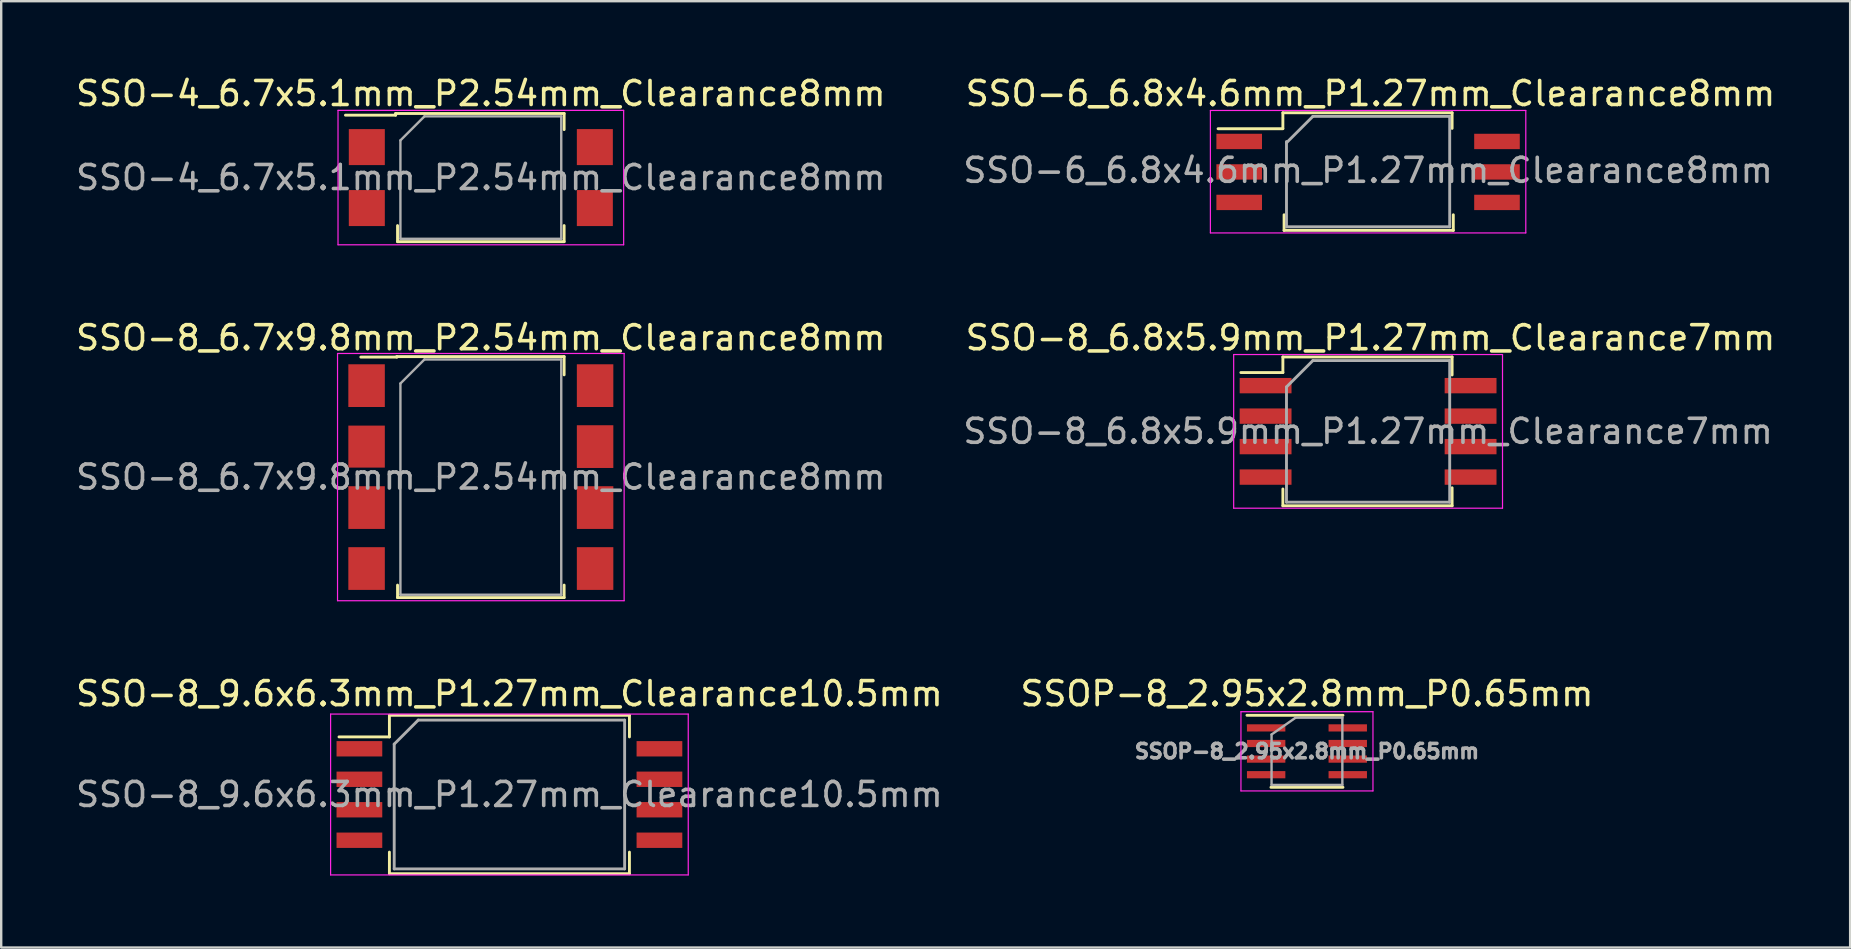
<source format=kicad_pcb>
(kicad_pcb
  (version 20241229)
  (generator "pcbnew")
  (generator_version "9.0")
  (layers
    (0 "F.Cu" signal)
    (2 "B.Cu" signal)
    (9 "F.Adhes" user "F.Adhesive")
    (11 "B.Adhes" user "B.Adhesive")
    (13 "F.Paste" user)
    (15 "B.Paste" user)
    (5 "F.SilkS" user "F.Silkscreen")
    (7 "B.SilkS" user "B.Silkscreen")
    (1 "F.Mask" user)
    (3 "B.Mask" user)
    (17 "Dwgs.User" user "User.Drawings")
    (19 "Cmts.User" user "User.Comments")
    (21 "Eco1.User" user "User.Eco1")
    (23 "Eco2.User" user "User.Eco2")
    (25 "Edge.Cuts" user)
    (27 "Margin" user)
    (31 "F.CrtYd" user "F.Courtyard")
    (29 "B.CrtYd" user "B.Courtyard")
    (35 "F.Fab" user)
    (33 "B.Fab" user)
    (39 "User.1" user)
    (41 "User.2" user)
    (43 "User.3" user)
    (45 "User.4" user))
  (footprint "SSO-4_6.7x5.1mm_P2.54mm_Clearance8mm"
    (layer "F.Cu")
    (at 16.982 4.348)
    (property "Reference" "SSO-4_6.7x5.1mm_P2.54mm_Clearance8mm" (at 0 -3.5 0) (layer "F.SilkS") (effects (font (size 1 1) (thickness 0.15))))
    (attr smd)
    (fp_line (start -3.55 -2.6) (end -5.64 -2.6) (stroke (width 0.12) (type solid)) (layer "F.SilkS"))
    (fp_line (start -3.55 -2.6) (end -3.55 -2.67) (stroke (width 0.12) (type solid)) (layer "F.SilkS"))
    (fp_line (start -3.47 2) (end -3.47 2.67) (stroke (width 0.12) (type solid)) (layer "F.SilkS"))
    (fp_line (start -3.47 2.67) (end 3.47 2.67) (stroke (width 0.12) (type solid)) (layer "F.SilkS"))
    (fp_line (start 3.47 -2.67) (end -3.55 -2.67) (stroke (width 0.12) (type solid)) (layer "F.SilkS"))
    (fp_line (start 3.47 -2.67) (end 3.47 -2) (stroke (width 0.12) (type solid)) (layer "F.SilkS"))
    (fp_line (start 3.47 2) (end 3.47 2.67) (stroke (width 0.12) (type solid)) (layer "F.SilkS"))
    (fp_line (start -5.95 -2.8) (end -5.95 2.8) (stroke (width 0.05) (type solid)) (layer "F.CrtYd"))
    (fp_line (start -5.95 -2.8) (end 5.95 -2.8) (stroke (width 0.05) (type solid)) (layer "F.CrtYd"))
    (fp_line (start 5.95 2.8) (end -5.95 2.8) (stroke (width 0.05) (type solid)) (layer "F.CrtYd"))
    (fp_line (start 5.95 2.8) (end 5.95 -2.8) (stroke (width 0.05) (type solid)) (layer "F.CrtYd"))
    (fp_line (start -3.35 2.55) (end -3.35 -1.55) (stroke (width 0.1) (type solid)) (layer "F.Fab"))
    (fp_line (start -2.35 -2.55) (end -3.35 -1.55) (stroke (width 0.1) (type solid)) (layer "F.Fab"))
    (fp_line (start 3.35 -2.55) (end -2.35 -2.55) (stroke (width 0.1) (type solid)) (layer "F.Fab"))
    (fp_line (start 3.35 -2.55) (end 3.35 2.55) (stroke (width 0.1) (type solid)) (layer "F.Fab"))
    (fp_line (start 3.35 2.55) (end -3.35 2.55) (stroke (width 0.1) (type solid)) (layer "F.Fab"))
    (fp_text user "${REFERENCE}" (at 0 0 0) (layer "F.Fab") (effects (font (size 1 1) (thickness 0.15))))
    (pad "1" smd rect (at -4.75 -1.27) (size 1.5 1.5) (layers "F.Cu" "F.Mask" "F.Paste"))
    (pad "2" smd rect (at -4.75 1.27) (size 1.5 1.5) (layers "F.Cu" "F.Mask" "F.Paste"))
    (pad "3" smd rect (at 4.75 1.27) (size 1.5 1.5) (layers "F.Cu" "F.Mask" "F.Paste"))
    (pad "4" smd rect (at 4.75 -1.27) (size 1.5 1.5) (layers "F.Cu" "F.Mask" "F.Paste")))
  (footprint "SSO-8_6.7x9.8mm_P2.54mm_Clearance8mm"
    (layer "F.Cu")
    (at 16.982 16.826)
    (property "Reference" "SSO-8_6.7x9.8mm_P2.54mm_Clearance8mm" (at 0 -5.805 0) (layer "F.SilkS") (effects (font (size 1 1) (thickness 0.15))))
    (attr smd)
    (fp_line (start -3.5 -5.02) (end -3.5 -5) (stroke (width 0.12) (type solid)) (layer "F.SilkS"))
    (fp_line (start -3.5 -5) (end -5 -5) (stroke (width 0.12) (type solid)) (layer "F.SilkS"))
    (fp_line (start -3.47 4.5) (end -3.47 5.02) (stroke (width 0.12) (type solid)) (layer "F.SilkS"))
    (fp_line (start -3.47 5.02) (end 3.47 5.02) (stroke (width 0.12) (type solid)) (layer "F.SilkS"))
    (fp_line (start 3.47 -5.02) (end -3.5 -5.02) (stroke (width 0.12) (type solid)) (layer "F.SilkS"))
    (fp_line (start 3.47 -4.26) (end 3.47 -5.02) (stroke (width 0.12) (type solid)) (layer "F.SilkS"))
    (fp_line (start 3.47 5.02) (end 3.47 4.5) (stroke (width 0.12) (type solid)) (layer "F.SilkS"))
    (fp_line (start -5.97 -5.15) (end -5.97 5.15) (stroke (width 0.05) (type solid)) (layer "F.CrtYd"))
    (fp_line (start -5.97 -5.15) (end 5.97 -5.15) (stroke (width 0.05) (type solid)) (layer "F.CrtYd"))
    (fp_line (start 5.97 5.15) (end -5.97 5.15) (stroke (width 0.05) (type solid)) (layer "F.CrtYd"))
    (fp_line (start 5.97 5.15) (end 5.97 -5.15) (stroke (width 0.05) (type solid)) (layer "F.CrtYd"))
    (fp_line (start -3.35 -3.9) (end -3.35 4.9) (stroke (width 0.1) (type solid)) (layer "F.Fab"))
    (fp_line (start -3.35 4.9) (end 3.35 4.9) (stroke (width 0.1) (type solid)) (layer "F.Fab"))
    (fp_line (start -2.35 -4.9) (end -3.35 -3.9) (stroke (width 0.1) (type solid)) (layer "F.Fab"))
    (fp_line (start 3.35 -4.9) (end -2.35 -4.9) (stroke (width 0.1) (type solid)) (layer "F.Fab"))
    (fp_line (start 3.35 4.9) (end 3.35 -4.9) (stroke (width 0.1) (type solid)) (layer "F.Fab"))
    (fp_text user "${REFERENCE}" (at 0 0 0) (layer "F.Fab") (effects (font (size 1 1) (thickness 0.15))))
    (pad "1" smd rect (at -4.76 -3.81) (size 1.52 1.78) (layers "F.Cu" "F.Mask" "F.Paste"))
    (pad "2" smd rect (at -4.76 -1.27) (size 1.52 1.75) (layers "F.Cu" "F.Mask" "F.Paste"))
    (pad "3" smd rect (at -4.76 1.27) (size 1.52 1.78) (layers "F.Cu" "F.Mask" "F.Paste"))
    (pad "4" smd rect (at -4.76 3.81) (size 1.52 1.78) (layers "F.Cu" "F.Mask" "F.Paste"))
    (pad "5" smd rect (at 4.76 3.81) (size 1.52 1.78) (layers "F.Cu" "F.Mask" "F.Paste"))
    (pad "6" smd rect (at 4.76 1.27) (size 1.52 1.78) (layers "F.Cu" "F.Mask" "F.Paste"))
    (pad "7" smd rect (at 4.76 -1.27) (size 1.52 1.78) (layers "F.Cu" "F.Mask" "F.Paste"))
    (pad "8" smd rect (at 4.76 -3.81) (size 1.52 1.78) (layers "F.Cu" "F.Mask" "F.Paste")))
  (footprint "SSOP-8_2.95x2.8mm_P0.65mm"
    (layer "F.Cu")
    (at 51.399 28.25)
    (property "Reference" "SSOP-8_2.95x2.8mm_P0.65mm" (at 0 -2.4 0) (layer "F.SilkS") (effects (font (size 1 1) (thickness 0.15))))
    (attr smd)
    (fp_line (start 1.5 -1.5) (end -2.5 -1.5) (stroke (width 0.12) (type solid)) (layer "F.SilkS"))
    (fp_line (start 1.5 1.5) (end -1.5 1.5) (stroke (width 0.12) (type solid)) (layer "F.SilkS"))
    (fp_line (start -2.75 -1.65) (end 2.75 -1.65) (stroke (width 0.05) (type solid)) (layer "F.CrtYd"))
    (fp_line (start -2.75 1.65) (end -2.75 -1.65) (stroke (width 0.05) (type solid)) (layer "F.CrtYd"))
    (fp_line (start 2.75 -1.65) (end 2.75 1.65) (stroke (width 0.05) (type solid)) (layer "F.CrtYd"))
    (fp_line (start 2.75 1.65) (end -2.75 1.65) (stroke (width 0.05) (type solid)) (layer "F.CrtYd"))
    (fp_line (start -1.475 1.4) (end -1.475 -0.7) (stroke (width 0.1) (type solid)) (layer "F.Fab"))
    (fp_line (start -0.475 -1.4) (end -1.475 -0.7) (stroke (width 0.1) (type solid)) (layer "F.Fab"))
    (fp_line (start -0.475 -1.4) (end 1.475 -1.4) (stroke (width 0.1) (type solid)) (layer "F.Fab"))
    (fp_line (start 1.475 -1.4) (end 1.475 1.4) (stroke (width 0.1) (type solid)) (layer "F.Fab"))
    (fp_line (start 1.475 1.4) (end -1.475 1.4) (stroke (width 0.1) (type solid)) (layer "F.Fab"))
    (fp_text user "${REFERENCE}" (at 0 0 0) (layer "F.Fab") (effects (font (size 0.6 0.6) (thickness 0.15))))
    (pad "1" smd rect (at -1.7 -0.975 270) (size 0.3 1.6) (layers "F.Cu" "F.Mask" "F.Paste"))
    (pad "2" smd rect (at -1.7 -0.325 270) (size 0.3 1.6) (layers "F.Cu" "F.Mask" "F.Paste"))
    (pad "3" smd rect (at -1.7 0.325 270) (size 0.3 1.6) (layers "F.Cu" "F.Mask" "F.Paste"))
    (pad "4" smd rect (at -1.7 0.975 270) (size 0.3 1.6) (layers "F.Cu" "F.Mask" "F.Paste"))
    (pad "5" smd rect (at 1.7 0.975 270) (size 0.3 1.6) (layers "F.Cu" "F.Mask" "F.Paste"))
    (pad "6" smd rect (at 1.7 0.325 270) (size 0.3 1.6) (layers "F.Cu" "F.Mask" "F.Paste"))
    (pad "7" smd rect (at 1.7 -0.325 270) (size 0.3 1.6) (layers "F.Cu" "F.Mask" "F.Paste"))
    (pad "8" smd rect (at 1.7 -0.975 270) (size 0.3 1.6) (layers "F.Cu" "F.Mask" "F.Paste")))
  (footprint "SSO-8_6.8x5.9mm_P1.27mm_Clearance7mm"
    (layer "F.Cu")
    (at 53.946 14.921)
    (property "Reference" "SSO-8_6.8x5.9mm_P1.27mm_Clearance7mm" (at 0.1 -3.9 0) (layer "F.SilkS") (effects (font (size 1 1) (thickness 0.15))))
    (attr smd)
    (fp_line (start -3.55 -3.1) (end -3.55 -2.45) (stroke (width 0.12) (type solid)) (layer "F.SilkS"))
    (fp_line (start -3.55 -2.45) (end -5.3 -2.45) (stroke (width 0.12) (type solid)) (layer "F.SilkS"))
    (fp_line (start -3.55 2.4) (end -3.55 3.1) (stroke (width 0.12) (type solid)) (layer "F.SilkS"))
    (fp_line (start -3.55 3.1) (end 3.5 3.1) (stroke (width 0.12) (type solid)) (layer "F.SilkS"))
    (fp_line (start 3.5 -3.1) (end -3.55 -3.1) (stroke (width 0.12) (type solid)) (layer "F.SilkS"))
    (fp_line (start 3.5 -2.35) (end 3.5 -3.1) (stroke (width 0.12) (type solid)) (layer "F.SilkS"))
    (fp_line (start 3.5 3.1) (end 3.5 2.35) (stroke (width 0.12) (type solid)) (layer "F.SilkS"))
    (fp_line (start -5.6 -3.2) (end -5.6 3.2) (stroke (width 0.05) (type solid)) (layer "F.CrtYd"))
    (fp_line (start -5.6 -3.2) (end 5.6 -3.2) (stroke (width 0.05) (type solid)) (layer "F.CrtYd"))
    (fp_line (start 5.6 3.2) (end -5.6 3.2) (stroke (width 0.05) (type solid)) (layer "F.CrtYd"))
    (fp_line (start 5.6 3.2) (end 5.6 -3.2) (stroke (width 0.05) (type solid)) (layer "F.CrtYd"))
    (fp_line (start -3.4 -1.85) (end -3.4 2.95) (stroke (width 0.12) (type solid)) (layer "F.Fab"))
    (fp_line (start -3.4 2.95) (end 3.4 2.95) (stroke (width 0.12) (type solid)) (layer "F.Fab"))
    (fp_line (start -2.3 -2.95) (end -3.4 -1.85) (stroke (width 0.12) (type solid)) (layer "F.Fab"))
    (fp_line (start 3.4 -2.95) (end -2.3 -2.95) (stroke (width 0.12) (type solid)) (layer "F.Fab"))
    (fp_line (start 3.4 2.95) (end 3.4 -2.95) (stroke (width 0.12) (type solid)) (layer "F.Fab"))
    (fp_text user "${REFERENCE}" (at 0 0 0) (layer "F.Fab") (effects (font (size 1 1) (thickness 0.15))))
    (pad "1" smd rect (at -4.27 -1.905) (size 2.16 0.64) (layers "F.Cu" "F.Mask" "F.Paste"))
    (pad "2" smd rect (at -4.27 -0.635) (size 2.16 0.64) (layers "F.Cu" "F.Mask" "F.Paste"))
    (pad "3" smd rect (at -4.27 0.635) (size 2.16 0.64) (layers "F.Cu" "F.Mask" "F.Paste"))
    (pad "4" smd rect (at -4.27 1.905) (size 2.16 0.64) (layers "F.Cu" "F.Mask" "F.Paste"))
    (pad "5" smd rect (at 4.27 1.905) (size 2.16 0.64) (layers "F.Cu" "F.Mask" "F.Paste"))
    (pad "6" smd rect (at 4.27 0.635) (size 2.16 0.64) (layers "F.Cu" "F.Mask" "F.Paste"))
    (pad "7" smd rect (at 4.27 -0.635) (size 2.16 0.64) (layers "F.Cu" "F.Mask" "F.Paste"))
    (pad "8" smd rect (at 4.27 -1.905) (size 2.16 0.64) (layers "F.Cu" "F.Mask" "F.Paste")))
  (footprint "SSO-6_6.8x4.6mm_P1.27mm_Clearance8mm"
    (layer "F.Cu")
    (at 53.946 4.113)
    (property "Reference" "SSO-6_6.8x4.6mm_P1.27mm_Clearance8mm" (at 0.1 -3.265 0) (layer "F.SilkS") (effects (font (size 1 1) (thickness 0.15))))
    (attr smd)
    (fp_line (start -3.55 -2.465) (end -3.55 -1.815) (stroke (width 0.12) (type solid)) (layer "F.SilkS"))
    (fp_line (start -3.55 -1.8) (end -6.25 -1.8) (stroke (width 0.12) (type solid)) (layer "F.SilkS"))
    (fp_line (start -3.5 1.785) (end -3.5 2.435) (stroke (width 0.12) (type solid)) (layer "F.SilkS"))
    (fp_line (start -3.5 2.435) (end 3.55 2.435) (stroke (width 0.12) (type solid)) (layer "F.SilkS"))
    (fp_line (start 3.5 -2.465) (end -3.55 -2.465) (stroke (width 0.12) (type solid)) (layer "F.SilkS"))
    (fp_line (start 3.5 -2.465) (end 3.5 -1.815) (stroke (width 0.12) (type solid)) (layer "F.SilkS"))
    (fp_line (start 3.55 1.785) (end 3.55 2.435) (stroke (width 0.12) (type solid)) (layer "F.SilkS"))
    (fp_line (start -6.57 -2.56) (end -6.57 2.54) (stroke (width 0.05) (type solid)) (layer "F.CrtYd"))
    (fp_line (start -6.57 -2.56) (end 6.57 -2.56) (stroke (width 0.05) (type solid)) (layer "F.CrtYd"))
    (fp_line (start 6.57 2.54) (end -6.57 2.54) (stroke (width 0.05) (type solid)) (layer "F.CrtYd"))
    (fp_line (start 6.57 2.54) (end 6.57 -2.56) (stroke (width 0.05) (type solid)) (layer "F.CrtYd"))
    (fp_line (start -3.4 2.285) (end -3.4 -1.265) (stroke (width 0.12) (type solid)) (layer "F.Fab"))
    (fp_line (start -2.3 -2.315) (end -3.4 -1.215) (stroke (width 0.12) (type solid)) (layer "F.Fab"))
    (fp_line (start 3.4 -2.315) (end -2.3 -2.315) (stroke (width 0.12) (type solid)) (layer "F.Fab"))
    (fp_line (start 3.4 -2.315) (end 3.4 2.285) (stroke (width 0.12) (type solid)) (layer "F.Fab"))
    (fp_line (start 3.4 2.285) (end -3.4 2.285) (stroke (width 0.12) (type solid)) (layer "F.Fab"))
    (fp_text user "${REFERENCE}" (at 0 -0.065 0) (layer "F.Fab") (effects (font (size 1 1) (thickness 0.15))))
    (pad "1" smd rect (at -5.37 -1.27) (size 1.9 0.64) (layers "F.Cu" "F.Mask" "F.Paste"))
    (pad "2" smd rect (at -5.37 0) (size 1.9 0.64) (layers "F.Cu" "F.Mask" "F.Paste"))
    (pad "3" smd rect (at -5.37 1.27) (size 1.9 0.64) (layers "F.Cu" "F.Mask" "F.Paste"))
    (pad "4" smd rect (at 5.37 1.27) (size 1.9 0.64) (layers "F.Cu" "F.Mask" "F.Paste"))
    (pad "5" smd rect (at 5.37 0) (size 1.9 0.64) (layers "F.Cu" "F.Mask" "F.Paste"))
    (pad "6" smd rect (at 5.37 -1.27) (size 1.9 0.64) (layers "F.Cu" "F.Mask" "F.Paste")))
  (footprint "SSO-8_9.6x6.3mm_P1.27mm_Clearance10.5mm"
    (layer "F.Cu")
    (at 18.173 30.05)
    (property "Reference" "SSO-8_9.6x6.3mm_P1.27mm_Clearance10.5mm" (at 0 -4.2 0) (layer "F.SilkS") (effects (font (size 1 1) (thickness 0.15))))
    (attr smd)
    (fp_line (start -7.1 -2.4) (end -5 -2.4) (stroke (width 0.12) (type solid)) (layer "F.SilkS"))
    (fp_line (start -5 -3.3) (end 5 -3.3) (stroke (width 0.12) (type solid)) (layer "F.SilkS"))
    (fp_line (start -5 -2.4) (end -5 -3.3) (stroke (width 0.12) (type solid)) (layer "F.SilkS"))
    (fp_line (start -5 3.3) (end -5 2.4) (stroke (width 0.12) (type solid)) (layer "F.SilkS"))
    (fp_line (start 5 -3.3) (end 5 -2.4) (stroke (width 0.12) (type solid)) (layer "F.SilkS"))
    (fp_line (start 5 2.4) (end 5 3.3) (stroke (width 0.12) (type solid)) (layer "F.SilkS"))
    (fp_line (start 5 3.3) (end -5 3.3) (stroke (width 0.12) (type solid)) (layer "F.SilkS"))
    (fp_line (start -7.45 -3.35) (end -7.45 3.35) (stroke (width 0.05) (type solid)) (layer "F.CrtYd"))
    (fp_line (start -7.45 -3.35) (end 7.45 -3.35) (stroke (width 0.05) (type solid)) (layer "F.CrtYd"))
    (fp_line (start 7.45 3.35) (end -7.45 3.35) (stroke (width 0.05) (type solid)) (layer "F.CrtYd"))
    (fp_line (start 7.45 3.35) (end 7.45 -3.35) (stroke (width 0.05) (type solid)) (layer "F.CrtYd"))
    (fp_line (start -4.8 -2.1) (end -4.8 3.1) (stroke (width 0.12) (type solid)) (layer "F.Fab"))
    (fp_line (start -4.8 3.1) (end 4.8 3.1) (stroke (width 0.12) (type solid)) (layer "F.Fab"))
    (fp_line (start -3.8 -3.1) (end -4.8 -2.1) (stroke (width 0.12) (type solid)) (layer "F.Fab"))
    (fp_line (start 4.8 -3.1) (end -3.8 -3.1) (stroke (width 0.12) (type solid)) (layer "F.Fab"))
    (fp_line (start 4.8 3.1) (end 4.8 -3.1) (stroke (width 0.12) (type solid)) (layer "F.Fab"))
    (fp_text user "${REFERENCE}" (at 0 0 0) (layer "F.Fab") (effects (font (size 1 1) (thickness 0.15))))
    (pad "1" smd rect (at -6.25 -1.905) (size 1.905 0.64) (layers "F.Cu" "F.Mask" "F.Paste"))
    (pad "2" smd rect (at -6.25 -0.635) (size 1.905 0.64) (layers "F.Cu" "F.Mask" "F.Paste"))
    (pad "3" smd rect (at -6.25 0.635) (size 1.905 0.64) (layers "F.Cu" "F.Mask" "F.Paste"))
    (pad "4" smd rect (at -6.25 1.905) (size 1.905 0.64) (layers "F.Cu" "F.Mask" "F.Paste"))
    (pad "5" smd rect (at 6.25 1.905) (size 1.905 0.64) (layers "F.Cu" "F.Mask" "F.Paste"))
    (pad "6" smd rect (at 6.25 0.635) (size 1.905 0.64) (layers "F.Cu" "F.Mask" "F.Paste"))
    (pad "7" smd rect (at 6.25 -0.635) (size 1.905 0.64) (layers "F.Cu" "F.Mask" "F.Paste"))
    (pad "8" smd rect (at 6.25 -1.905) (size 1.905 0.64) (layers "F.Cu" "F.Mask" "F.Paste")))
  (gr_rect
    (start -3 -3)
    (end 74.029 36.425)
    (stroke (width 0.1) (type default))
    (fill no)
    (layer "Edge.Cuts")))
</source>
